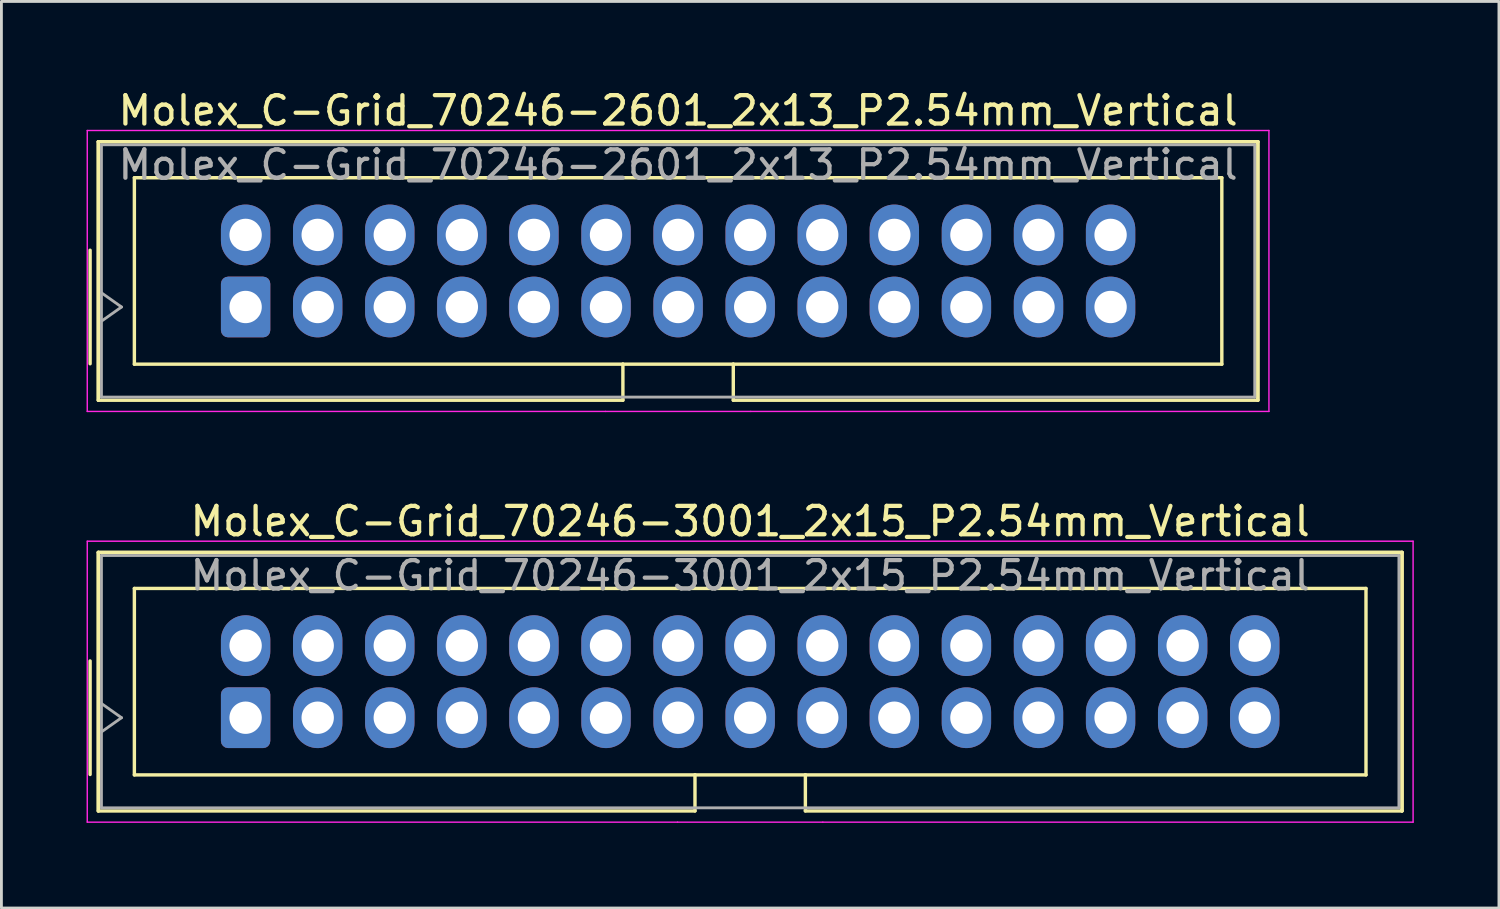
<source format=kicad_pcb>
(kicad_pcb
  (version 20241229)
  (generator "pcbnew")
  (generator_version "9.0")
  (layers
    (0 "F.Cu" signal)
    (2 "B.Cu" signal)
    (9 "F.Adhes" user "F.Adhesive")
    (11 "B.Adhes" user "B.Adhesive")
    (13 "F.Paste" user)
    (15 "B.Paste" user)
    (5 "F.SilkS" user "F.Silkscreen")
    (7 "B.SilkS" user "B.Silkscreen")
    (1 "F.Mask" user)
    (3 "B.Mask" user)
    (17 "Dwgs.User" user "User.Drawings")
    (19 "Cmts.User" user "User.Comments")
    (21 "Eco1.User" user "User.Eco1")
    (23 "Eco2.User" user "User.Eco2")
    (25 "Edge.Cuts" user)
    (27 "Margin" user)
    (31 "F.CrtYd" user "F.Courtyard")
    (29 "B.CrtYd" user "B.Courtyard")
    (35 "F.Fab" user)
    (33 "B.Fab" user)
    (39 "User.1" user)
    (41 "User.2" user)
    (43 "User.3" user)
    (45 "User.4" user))
  (footprint "Molex_C-Grid_70246-2601_2x13_P2.54mm_Vertical"
    (layer "F.Cu")
    (at 5.605 7.768)
    (property "Reference" "Molex_C-Grid_70246-2601_2x13_P2.54mm_Vertical" (at 15.24 -6.92 0) (layer "F.SilkS") (effects (font (size 1 1) (thickness 0.15))))
    (attr through_hole)
    (fp_line (start -5.48 -2) (end -5.48 2) (stroke (width 0.12) (type solid)) (layer "F.SilkS"))
    (fp_line (start -5.19 -5.825) (end 35.67 -5.825) (stroke (width 0.12) (type solid)) (layer "F.SilkS"))
    (fp_line (start -5.19 -5.825) (end 35.67 -5.825) (stroke (width 0.12) (type solid)) (layer "F.SilkS"))
    (fp_line (start -5.19 3.285) (end -5.19 -5.825) (stroke (width 0.12) (type solid)) (layer "F.SilkS"))
    (fp_line (start -5.19 3.285) (end -5.19 -5.825) (stroke (width 0.12) (type solid)) (layer "F.SilkS"))
    (fp_line (start -3.92 -4.555) (end -3.92 2.015) (stroke (width 0.12) (type solid)) (layer "F.SilkS"))
    (fp_line (start -3.92 2.015) (end 13.295 2.015) (stroke (width 0.12) (type solid)) (layer "F.SilkS"))
    (fp_line (start 13.295 2.015) (end 13.295 3.285) (stroke (width 0.12) (type solid)) (layer "F.SilkS"))
    (fp_line (start 13.295 2.015) (end 17.185 2.015) (stroke (width 0.12) (type solid)) (layer "F.SilkS"))
    (fp_line (start 13.295 3.285) (end -5.19 3.285) (stroke (width 0.12) (type solid)) (layer "F.SilkS"))
    (fp_line (start 17.185 2.015) (end 34.4 2.015) (stroke (width 0.12) (type solid)) (layer "F.SilkS"))
    (fp_line (start 17.185 3.285) (end 17.185 2.015) (stroke (width 0.12) (type solid)) (layer "F.SilkS"))
    (fp_line (start 34.4 -4.555) (end -3.92 -4.555) (stroke (width 0.12) (type solid)) (layer "F.SilkS"))
    (fp_line (start 34.4 2.015) (end 34.4 -4.555) (stroke (width 0.12) (type solid)) (layer "F.SilkS"))
    (fp_line (start 35.67 -5.825) (end 35.67 3.285) (stroke (width 0.12) (type solid)) (layer "F.SilkS"))
    (fp_line (start 35.67 -5.825) (end 35.67 3.285) (stroke (width 0.12) (type solid)) (layer "F.SilkS"))
    (fp_line (start 35.67 3.285) (end 17.185 3.285) (stroke (width 0.12) (type solid)) (layer "F.SilkS"))
    (fp_line (start -5.58 -6.22) (end -5.58 3.68) (stroke (width 0.05) (type solid)) (layer "F.CrtYd"))
    (fp_line (start -5.58 3.68) (end 12.68 3.68) (stroke (width 0.05) (type solid)) (layer "F.CrtYd"))
    (fp_line (start 12.68 3.68) (end 17.8 3.68) (stroke (width 0.05) (type solid)) (layer "F.CrtYd"))
    (fp_line (start 17.8 3.68) (end 36.06 3.68) (stroke (width 0.05) (type solid)) (layer "F.CrtYd"))
    (fp_line (start 36.06 -6.22) (end -5.58 -6.22) (stroke (width 0.05) (type solid)) (layer "F.CrtYd"))
    (fp_line (start 36.06 3.68) (end 36.06 -6.22) (stroke (width 0.05) (type solid)) (layer "F.CrtYd"))
    (fp_line (start -5.08 -5.715) (end -5.08 3.175) (stroke (width 0.1) (type solid)) (layer "F.Fab"))
    (fp_line (start -5.08 -0.5) (end -4.373 0) (stroke (width 0.1) (type solid)) (layer "F.Fab"))
    (fp_line (start -5.08 3.175) (end 35.56 3.175) (stroke (width 0.1) (type solid)) (layer "F.Fab"))
    (fp_line (start -4.373 0) (end -5.08 0.5) (stroke (width 0.1) (type solid)) (layer "F.Fab"))
    (fp_line (start 35.56 -5.715) (end -5.08 -5.715) (stroke (width 0.1) (type solid)) (layer "F.Fab"))
    (fp_line (start 35.56 3.175) (end 35.56 -5.715) (stroke (width 0.1) (type solid)) (layer "F.Fab"))
    (fp_text user "${REFERENCE}" (at 15.24 -5.01 0) (layer "F.Fab") (effects (font (size 1 1) (thickness 0.15))))
    (pad "1" thru_hole roundrect (at 0 0) (size 1.74 2.14) (drill 1.14) (layers "*.Cu" "*.Mask") (roundrect_rratio 0.144))
    (pad "2" thru_hole oval (at 0 -2.54) (size 1.74 2.14) (drill 1.14) (layers "*.Cu" "*.Mask"))
    (pad "3" thru_hole oval (at 2.54 0) (size 1.74 2.14) (drill 1.14) (layers "*.Cu" "*.Mask"))
    (pad "4" thru_hole oval (at 2.54 -2.54) (size 1.74 2.14) (drill 1.14) (layers "*.Cu" "*.Mask"))
    (pad "5" thru_hole oval (at 5.08 0) (size 1.74 2.14) (drill 1.14) (layers "*.Cu" "*.Mask"))
    (pad "6" thru_hole oval (at 5.08 -2.54) (size 1.74 2.14) (drill 1.14) (layers "*.Cu" "*.Mask"))
    (pad "7" thru_hole oval (at 7.62 0) (size 1.74 2.14) (drill 1.14) (layers "*.Cu" "*.Mask"))
    (pad "8" thru_hole oval (at 7.62 -2.54) (size 1.74 2.14) (drill 1.14) (layers "*.Cu" "*.Mask"))
    (pad "9" thru_hole oval (at 10.16 0) (size 1.74 2.14) (drill 1.14) (layers "*.Cu" "*.Mask"))
    (pad "10" thru_hole oval (at 10.16 -2.54) (size 1.74 2.14) (drill 1.14) (layers "*.Cu" "*.Mask"))
    (pad "11" thru_hole oval (at 12.7 0) (size 1.74 2.14) (drill 1.14) (layers "*.Cu" "*.Mask"))
    (pad "12" thru_hole oval (at 12.7 -2.54) (size 1.74 2.14) (drill 1.14) (layers "*.Cu" "*.Mask"))
    (pad "13" thru_hole oval (at 15.24 0) (size 1.74 2.14) (drill 1.14) (layers "*.Cu" "*.Mask"))
    (pad "14" thru_hole oval (at 15.24 -2.54) (size 1.74 2.14) (drill 1.14) (layers "*.Cu" "*.Mask"))
    (pad "15" thru_hole oval (at 17.78 0) (size 1.74 2.14) (drill 1.14) (layers "*.Cu" "*.Mask"))
    (pad "16" thru_hole oval (at 17.78 -2.54) (size 1.74 2.14) (drill 1.14) (layers "*.Cu" "*.Mask"))
    (pad "17" thru_hole oval (at 20.32 0) (size 1.74 2.14) (drill 1.14) (layers "*.Cu" "*.Mask"))
    (pad "18" thru_hole oval (at 20.32 -2.54) (size 1.74 2.14) (drill 1.14) (layers "*.Cu" "*.Mask"))
    (pad "19" thru_hole oval (at 22.86 0) (size 1.74 2.14) (drill 1.14) (layers "*.Cu" "*.Mask"))
    (pad "20" thru_hole oval (at 22.86 -2.54) (size 1.74 2.14) (drill 1.14) (layers "*.Cu" "*.Mask"))
    (pad "21" thru_hole oval (at 25.4 0) (size 1.74 2.14) (drill 1.14) (layers "*.Cu" "*.Mask"))
    (pad "22" thru_hole oval (at 25.4 -2.54) (size 1.74 2.14) (drill 1.14) (layers "*.Cu" "*.Mask"))
    (pad "23" thru_hole oval (at 27.94 0) (size 1.74 2.14) (drill 1.14) (layers "*.Cu" "*.Mask"))
    (pad "24" thru_hole oval (at 27.94 -2.54) (size 1.74 2.14) (drill 1.14) (layers "*.Cu" "*.Mask"))
    (pad "25" thru_hole oval (at 30.48 0) (size 1.74 2.14) (drill 1.14) (layers "*.Cu" "*.Mask"))
    (pad "26" thru_hole oval (at 30.48 -2.54) (size 1.74 2.14) (drill 1.14) (layers "*.Cu" "*.Mask")))
  (footprint "Molex_C-Grid_70246-3001_2x15_P2.54mm_Vertical"
    (layer "F.Cu")
    (at 5.605 22.241)
    (property "Reference" "Molex_C-Grid_70246-3001_2x15_P2.54mm_Vertical" (at 17.78 -6.92 0) (layer "F.SilkS") (effects (font (size 1 1) (thickness 0.15))))
    (attr through_hole)
    (fp_line (start -5.48 -2) (end -5.48 2) (stroke (width 0.12) (type solid)) (layer "F.SilkS"))
    (fp_line (start -5.19 -5.825) (end 40.75 -5.825) (stroke (width 0.12) (type solid)) (layer "F.SilkS"))
    (fp_line (start -5.19 -5.825) (end 40.75 -5.825) (stroke (width 0.12) (type solid)) (layer "F.SilkS"))
    (fp_line (start -5.19 3.285) (end -5.19 -5.825) (stroke (width 0.12) (type solid)) (layer "F.SilkS"))
    (fp_line (start -5.19 3.285) (end -5.19 -5.825) (stroke (width 0.12) (type solid)) (layer "F.SilkS"))
    (fp_line (start -3.92 -4.555) (end -3.92 2.015) (stroke (width 0.12) (type solid)) (layer "F.SilkS"))
    (fp_line (start -3.92 2.015) (end 15.835 2.015) (stroke (width 0.12) (type solid)) (layer "F.SilkS"))
    (fp_line (start 15.835 2.015) (end 15.835 3.285) (stroke (width 0.12) (type solid)) (layer "F.SilkS"))
    (fp_line (start 15.835 2.015) (end 19.725 2.015) (stroke (width 0.12) (type solid)) (layer "F.SilkS"))
    (fp_line (start 15.835 3.285) (end -5.19 3.285) (stroke (width 0.12) (type solid)) (layer "F.SilkS"))
    (fp_line (start 19.725 2.015) (end 39.48 2.015) (stroke (width 0.12) (type solid)) (layer "F.SilkS"))
    (fp_line (start 19.725 3.285) (end 19.725 2.015) (stroke (width 0.12) (type solid)) (layer "F.SilkS"))
    (fp_line (start 39.48 -4.555) (end -3.92 -4.555) (stroke (width 0.12) (type solid)) (layer "F.SilkS"))
    (fp_line (start 39.48 2.015) (end 39.48 -4.555) (stroke (width 0.12) (type solid)) (layer "F.SilkS"))
    (fp_line (start 40.75 -5.825) (end 40.75 3.285) (stroke (width 0.12) (type solid)) (layer "F.SilkS"))
    (fp_line (start 40.75 -5.825) (end 40.75 3.285) (stroke (width 0.12) (type solid)) (layer "F.SilkS"))
    (fp_line (start 40.75 3.285) (end 19.725 3.285) (stroke (width 0.12) (type solid)) (layer "F.SilkS"))
    (fp_line (start -5.58 -6.22) (end -5.58 3.68) (stroke (width 0.05) (type solid)) (layer "F.CrtYd"))
    (fp_line (start -5.58 3.68) (end 15.22 3.68) (stroke (width 0.05) (type solid)) (layer "F.CrtYd"))
    (fp_line (start 15.22 3.68) (end 20.34 3.68) (stroke (width 0.05) (type solid)) (layer "F.CrtYd"))
    (fp_line (start 20.34 3.68) (end 41.14 3.68) (stroke (width 0.05) (type solid)) (layer "F.CrtYd"))
    (fp_line (start 41.14 -6.22) (end -5.58 -6.22) (stroke (width 0.05) (type solid)) (layer "F.CrtYd"))
    (fp_line (start 41.14 3.68) (end 41.14 -6.22) (stroke (width 0.05) (type solid)) (layer "F.CrtYd"))
    (fp_line (start -5.08 -5.715) (end -5.08 3.175) (stroke (width 0.1) (type solid)) (layer "F.Fab"))
    (fp_line (start -5.08 -0.5) (end -4.373 0) (stroke (width 0.1) (type solid)) (layer "F.Fab"))
    (fp_line (start -5.08 3.175) (end 40.64 3.175) (stroke (width 0.1) (type solid)) (layer "F.Fab"))
    (fp_line (start -4.373 0) (end -5.08 0.5) (stroke (width 0.1) (type solid)) (layer "F.Fab"))
    (fp_line (start 40.64 -5.715) (end -5.08 -5.715) (stroke (width 0.1) (type solid)) (layer "F.Fab"))
    (fp_line (start 40.64 3.175) (end 40.64 -5.715) (stroke (width 0.1) (type solid)) (layer "F.Fab"))
    (fp_text user "${REFERENCE}" (at 17.78 -5.01 0) (layer "F.Fab") (effects (font (size 1 1) (thickness 0.15))))
    (pad "1" thru_hole roundrect (at 0 0) (size 1.74 2.14) (drill 1.14) (layers "*.Cu" "*.Mask") (roundrect_rratio 0.144))
    (pad "2" thru_hole oval (at 0 -2.54) (size 1.74 2.14) (drill 1.14) (layers "*.Cu" "*.Mask"))
    (pad "3" thru_hole oval (at 2.54 0) (size 1.74 2.14) (drill 1.14) (layers "*.Cu" "*.Mask"))
    (pad "4" thru_hole oval (at 2.54 -2.54) (size 1.74 2.14) (drill 1.14) (layers "*.Cu" "*.Mask"))
    (pad "5" thru_hole oval (at 5.08 0) (size 1.74 2.14) (drill 1.14) (layers "*.Cu" "*.Mask"))
    (pad "6" thru_hole oval (at 5.08 -2.54) (size 1.74 2.14) (drill 1.14) (layers "*.Cu" "*.Mask"))
    (pad "7" thru_hole oval (at 7.62 0) (size 1.74 2.14) (drill 1.14) (layers "*.Cu" "*.Mask"))
    (pad "8" thru_hole oval (at 7.62 -2.54) (size 1.74 2.14) (drill 1.14) (layers "*.Cu" "*.Mask"))
    (pad "9" thru_hole oval (at 10.16 0) (size 1.74 2.14) (drill 1.14) (layers "*.Cu" "*.Mask"))
    (pad "10" thru_hole oval (at 10.16 -2.54) (size 1.74 2.14) (drill 1.14) (layers "*.Cu" "*.Mask"))
    (pad "11" thru_hole oval (at 12.7 0) (size 1.74 2.14) (drill 1.14) (layers "*.Cu" "*.Mask"))
    (pad "12" thru_hole oval (at 12.7 -2.54) (size 1.74 2.14) (drill 1.14) (layers "*.Cu" "*.Mask"))
    (pad "13" thru_hole oval (at 15.24 0) (size 1.74 2.14) (drill 1.14) (layers "*.Cu" "*.Mask"))
    (pad "14" thru_hole oval (at 15.24 -2.54) (size 1.74 2.14) (drill 1.14) (layers "*.Cu" "*.Mask"))
    (pad "15" thru_hole oval (at 17.78 0) (size 1.74 2.14) (drill 1.14) (layers "*.Cu" "*.Mask"))
    (pad "16" thru_hole oval (at 17.78 -2.54) (size 1.74 2.14) (drill 1.14) (layers "*.Cu" "*.Mask"))
    (pad "17" thru_hole oval (at 20.32 0) (size 1.74 2.14) (drill 1.14) (layers "*.Cu" "*.Mask"))
    (pad "18" thru_hole oval (at 20.32 -2.54) (size 1.74 2.14) (drill 1.14) (layers "*.Cu" "*.Mask"))
    (pad "19" thru_hole oval (at 22.86 0) (size 1.74 2.14) (drill 1.14) (layers "*.Cu" "*.Mask"))
    (pad "20" thru_hole oval (at 22.86 -2.54) (size 1.74 2.14) (drill 1.14) (layers "*.Cu" "*.Mask"))
    (pad "21" thru_hole oval (at 25.4 0) (size 1.74 2.14) (drill 1.14) (layers "*.Cu" "*.Mask"))
    (pad "22" thru_hole oval (at 25.4 -2.54) (size 1.74 2.14) (drill 1.14) (layers "*.Cu" "*.Mask"))
    (pad "23" thru_hole oval (at 27.94 0) (size 1.74 2.14) (drill 1.14) (layers "*.Cu" "*.Mask"))
    (pad "24" thru_hole oval (at 27.94 -2.54) (size 1.74 2.14) (drill 1.14) (layers "*.Cu" "*.Mask"))
    (pad "25" thru_hole oval (at 30.48 0) (size 1.74 2.14) (drill 1.14) (layers "*.Cu" "*.Mask"))
    (pad "26" thru_hole oval (at 30.48 -2.54) (size 1.74 2.14) (drill 1.14) (layers "*.Cu" "*.Mask"))
    (pad "27" thru_hole oval (at 33.02 0) (size 1.74 2.14) (drill 1.14) (layers "*.Cu" "*.Mask"))
    (pad "28" thru_hole oval (at 33.02 -2.54) (size 1.74 2.14) (drill 1.14) (layers "*.Cu" "*.Mask"))
    (pad "29" thru_hole oval (at 35.56 0) (size 1.74 2.14) (drill 1.14) (layers "*.Cu" "*.Mask"))
    (pad "30" thru_hole oval (at 35.56 -2.54) (size 1.74 2.14) (drill 1.14) (layers "*.Cu" "*.Mask")))
  (gr_rect
    (start -3 -3)
    (end 49.77 28.947)
    (stroke (width 0.1) (type default))
    (fill no)
    (layer "Edge.Cuts")))
</source>
